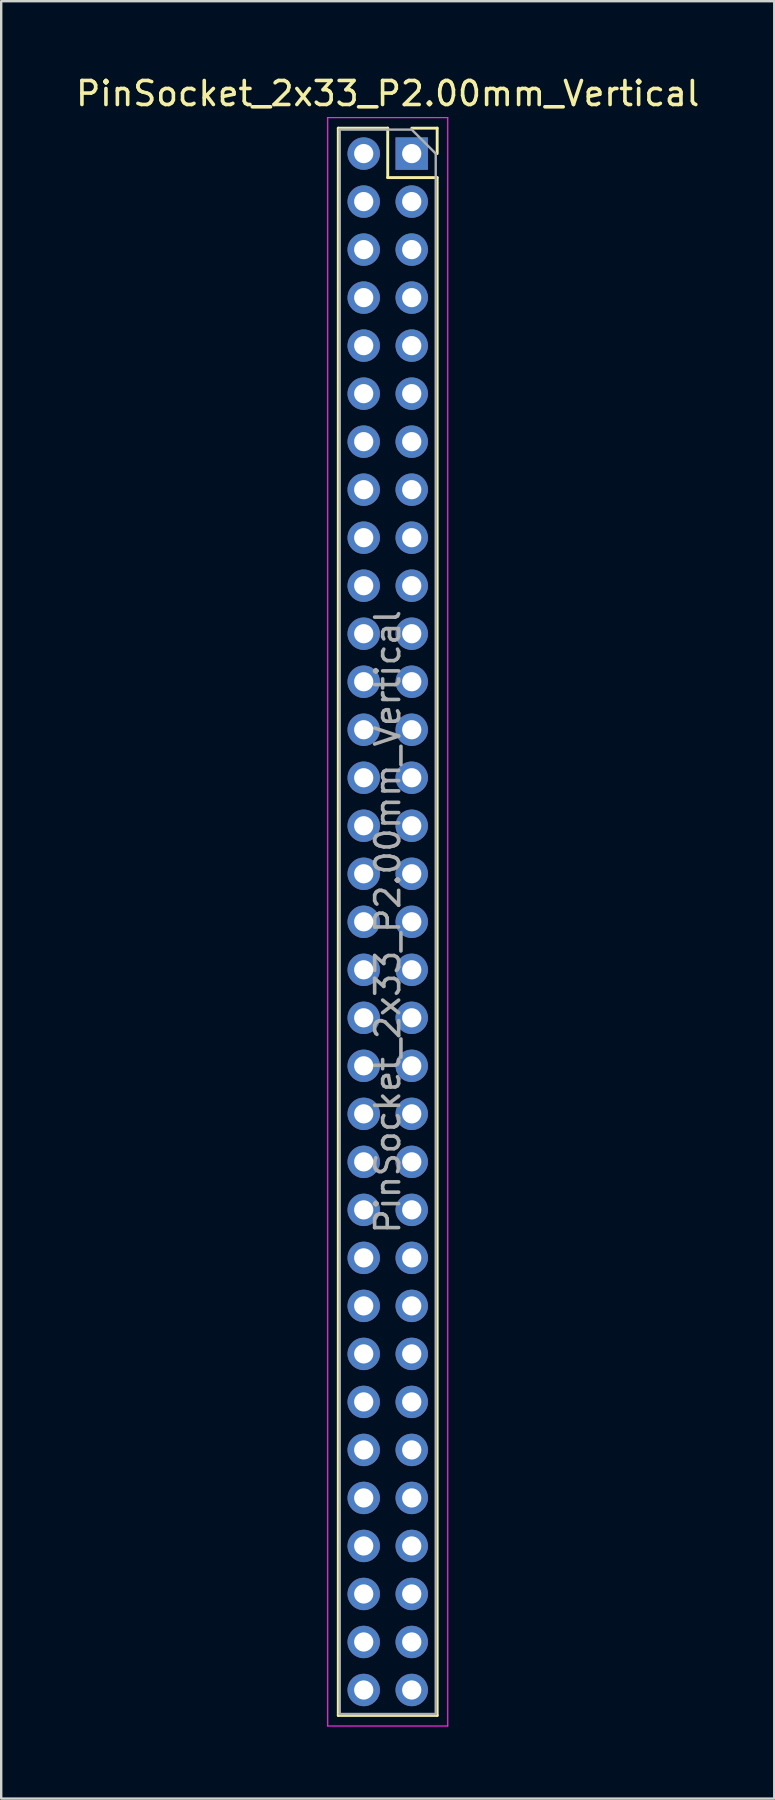
<source format=kicad_pcb>
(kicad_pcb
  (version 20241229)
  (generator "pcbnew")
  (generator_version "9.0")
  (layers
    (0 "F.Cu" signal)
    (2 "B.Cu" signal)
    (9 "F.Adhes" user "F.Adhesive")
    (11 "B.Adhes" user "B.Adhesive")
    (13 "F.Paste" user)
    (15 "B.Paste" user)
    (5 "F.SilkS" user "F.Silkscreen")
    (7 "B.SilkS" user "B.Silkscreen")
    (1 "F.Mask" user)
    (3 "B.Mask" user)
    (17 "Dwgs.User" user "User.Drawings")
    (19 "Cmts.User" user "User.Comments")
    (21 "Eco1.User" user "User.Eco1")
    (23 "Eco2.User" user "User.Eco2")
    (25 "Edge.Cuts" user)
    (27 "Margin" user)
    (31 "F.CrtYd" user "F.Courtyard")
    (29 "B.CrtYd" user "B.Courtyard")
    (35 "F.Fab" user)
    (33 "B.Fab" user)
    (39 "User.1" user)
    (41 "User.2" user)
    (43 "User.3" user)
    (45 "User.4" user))
  (footprint "PinSocket_2x33_P2.00mm_Vertical"
    (layer "F.Cu")
    (at 14.101 3.348)
    (property "Reference" "PinSocket_2x33_P2.00mm_Vertical" (at -1 -2.5 0) (layer "F.SilkS") (effects (font (size 1 1) (thickness 0.15))))
    (attr through_hole)
    (fp_line (start -3.06 -1.06) (end -3.06 65.06) (stroke (width 0.12) (type solid)) (layer "F.SilkS"))
    (fp_line (start -3.06 -1.06) (end -1 -1.06) (stroke (width 0.12) (type solid)) (layer "F.SilkS"))
    (fp_line (start -3.06 65.06) (end 1.06 65.06) (stroke (width 0.12) (type solid)) (layer "F.SilkS"))
    (fp_line (start -1 -1.06) (end -1 1) (stroke (width 0.12) (type solid)) (layer "F.SilkS"))
    (fp_line (start -1 1) (end 1.06 1) (stroke (width 0.12) (type solid)) (layer "F.SilkS"))
    (fp_line (start 0 -1.06) (end 1.06 -1.06) (stroke (width 0.12) (type solid)) (layer "F.SilkS"))
    (fp_line (start 1.06 -1.06) (end 1.06 0) (stroke (width 0.12) (type solid)) (layer "F.SilkS"))
    (fp_line (start 1.06 1) (end 1.06 65.06) (stroke (width 0.12) (type solid)) (layer "F.SilkS"))
    (fp_line (start -3.5 -1.5) (end 1.5 -1.5) (stroke (width 0.05) (type solid)) (layer "F.CrtYd"))
    (fp_line (start -3.5 65.5) (end -3.5 -1.5) (stroke (width 0.05) (type solid)) (layer "F.CrtYd"))
    (fp_line (start 1.5 -1.5) (end 1.5 65.5) (stroke (width 0.05) (type solid)) (layer "F.CrtYd"))
    (fp_line (start 1.5 65.5) (end -3.5 65.5) (stroke (width 0.05) (type solid)) (layer "F.CrtYd"))
    (fp_line (start -3 -1) (end 0 -1) (stroke (width 0.1) (type solid)) (layer "F.Fab"))
    (fp_line (start -3 65) (end -3 -1) (stroke (width 0.1) (type solid)) (layer "F.Fab"))
    (fp_line (start 0 -1) (end 1 0) (stroke (width 0.1) (type solid)) (layer "F.Fab"))
    (fp_line (start 1 0) (end 1 65) (stroke (width 0.1) (type solid)) (layer "F.Fab"))
    (fp_line (start 1 65) (end -3 65) (stroke (width 0.1) (type solid)) (layer "F.Fab"))
    (fp_text user "${REFERENCE}" (at -1 32 90) (layer "F.Fab") (effects (font (size 1 1) (thickness 0.15))))
    (pad "1" thru_hole rect (at 0 0) (size 1.35 1.35) (drill 0.8) (layers "*.Cu" "*.Mask"))
    (pad "2" thru_hole oval (at -2 0) (size 1.35 1.35) (drill 0.8) (layers "*.Cu" "*.Mask"))
    (pad "3" thru_hole oval (at 0 2) (size 1.35 1.35) (drill 0.8) (layers "*.Cu" "*.Mask"))
    (pad "4" thru_hole oval (at -2 2) (size 1.35 1.35) (drill 0.8) (layers "*.Cu" "*.Mask"))
    (pad "5" thru_hole oval (at 0 4) (size 1.35 1.35) (drill 0.8) (layers "*.Cu" "*.Mask"))
    (pad "6" thru_hole oval (at -2 4) (size 1.35 1.35) (drill 0.8) (layers "*.Cu" "*.Mask"))
    (pad "7" thru_hole oval (at 0 6) (size 1.35 1.35) (drill 0.8) (layers "*.Cu" "*.Mask"))
    (pad "8" thru_hole oval (at -2 6) (size 1.35 1.35) (drill 0.8) (layers "*.Cu" "*.Mask"))
    (pad "9" thru_hole oval (at 0 8) (size 1.35 1.35) (drill 0.8) (layers "*.Cu" "*.Mask"))
    (pad "10" thru_hole oval (at -2 8) (size 1.35 1.35) (drill 0.8) (layers "*.Cu" "*.Mask"))
    (pad "11" thru_hole oval (at 0 10) (size 1.35 1.35) (drill 0.8) (layers "*.Cu" "*.Mask"))
    (pad "12" thru_hole oval (at -2 10) (size 1.35 1.35) (drill 0.8) (layers "*.Cu" "*.Mask"))
    (pad "13" thru_hole oval (at 0 12) (size 1.35 1.35) (drill 0.8) (layers "*.Cu" "*.Mask"))
    (pad "14" thru_hole oval (at -2 12) (size 1.35 1.35) (drill 0.8) (layers "*.Cu" "*.Mask"))
    (pad "15" thru_hole oval (at 0 14) (size 1.35 1.35) (drill 0.8) (layers "*.Cu" "*.Mask"))
    (pad "16" thru_hole oval (at -2 14) (size 1.35 1.35) (drill 0.8) (layers "*.Cu" "*.Mask"))
    (pad "17" thru_hole oval (at 0 16) (size 1.35 1.35) (drill 0.8) (layers "*.Cu" "*.Mask"))
    (pad "18" thru_hole oval (at -2 16) (size 1.35 1.35) (drill 0.8) (layers "*.Cu" "*.Mask"))
    (pad "19" thru_hole oval (at 0 18) (size 1.35 1.35) (drill 0.8) (layers "*.Cu" "*.Mask"))
    (pad "20" thru_hole oval (at -2 18) (size 1.35 1.35) (drill 0.8) (layers "*.Cu" "*.Mask"))
    (pad "21" thru_hole oval (at 0 20) (size 1.35 1.35) (drill 0.8) (layers "*.Cu" "*.Mask"))
    (pad "22" thru_hole oval (at -2 20) (size 1.35 1.35) (drill 0.8) (layers "*.Cu" "*.Mask"))
    (pad "23" thru_hole oval (at 0 22) (size 1.35 1.35) (drill 0.8) (layers "*.Cu" "*.Mask"))
    (pad "24" thru_hole oval (at -2 22) (size 1.35 1.35) (drill 0.8) (layers "*.Cu" "*.Mask"))
    (pad "25" thru_hole oval (at 0 24) (size 1.35 1.35) (drill 0.8) (layers "*.Cu" "*.Mask"))
    (pad "26" thru_hole oval (at -2 24) (size 1.35 1.35) (drill 0.8) (layers "*.Cu" "*.Mask"))
    (pad "27" thru_hole oval (at 0 26) (size 1.35 1.35) (drill 0.8) (layers "*.Cu" "*.Mask"))
    (pad "28" thru_hole oval (at -2 26) (size 1.35 1.35) (drill 0.8) (layers "*.Cu" "*.Mask"))
    (pad "29" thru_hole oval (at 0 28) (size 1.35 1.35) (drill 0.8) (layers "*.Cu" "*.Mask"))
    (pad "30" thru_hole oval (at -2 28) (size 1.35 1.35) (drill 0.8) (layers "*.Cu" "*.Mask"))
    (pad "31" thru_hole oval (at 0 30) (size 1.35 1.35) (drill 0.8) (layers "*.Cu" "*.Mask"))
    (pad "32" thru_hole oval (at -2 30) (size 1.35 1.35) (drill 0.8) (layers "*.Cu" "*.Mask"))
    (pad "33" thru_hole oval (at 0 32) (size 1.35 1.35) (drill 0.8) (layers "*.Cu" "*.Mask"))
    (pad "34" thru_hole oval (at -2 32) (size 1.35 1.35) (drill 0.8) (layers "*.Cu" "*.Mask"))
    (pad "35" thru_hole oval (at 0 34) (size 1.35 1.35) (drill 0.8) (layers "*.Cu" "*.Mask"))
    (pad "36" thru_hole oval (at -2 34) (size 1.35 1.35) (drill 0.8) (layers "*.Cu" "*.Mask"))
    (pad "37" thru_hole oval (at 0 36) (size 1.35 1.35) (drill 0.8) (layers "*.Cu" "*.Mask"))
    (pad "38" thru_hole oval (at -2 36) (size 1.35 1.35) (drill 0.8) (layers "*.Cu" "*.Mask"))
    (pad "39" thru_hole oval (at 0 38) (size 1.35 1.35) (drill 0.8) (layers "*.Cu" "*.Mask"))
    (pad "40" thru_hole oval (at -2 38) (size 1.35 1.35) (drill 0.8) (layers "*.Cu" "*.Mask"))
    (pad "41" thru_hole oval (at 0 40) (size 1.35 1.35) (drill 0.8) (layers "*.Cu" "*.Mask"))
    (pad "42" thru_hole oval (at -2 40) (size 1.35 1.35) (drill 0.8) (layers "*.Cu" "*.Mask"))
    (pad "43" thru_hole oval (at 0 42) (size 1.35 1.35) (drill 0.8) (layers "*.Cu" "*.Mask"))
    (pad "44" thru_hole oval (at -2 42) (size 1.35 1.35) (drill 0.8) (layers "*.Cu" "*.Mask"))
    (pad "45" thru_hole oval (at 0 44) (size 1.35 1.35) (drill 0.8) (layers "*.Cu" "*.Mask"))
    (pad "46" thru_hole oval (at -2 44) (size 1.35 1.35) (drill 0.8) (layers "*.Cu" "*.Mask"))
    (pad "47" thru_hole oval (at 0 46) (size 1.35 1.35) (drill 0.8) (layers "*.Cu" "*.Mask"))
    (pad "48" thru_hole oval (at -2 46) (size 1.35 1.35) (drill 0.8) (layers "*.Cu" "*.Mask"))
    (pad "49" thru_hole oval (at 0 48) (size 1.35 1.35) (drill 0.8) (layers "*.Cu" "*.Mask"))
    (pad "50" thru_hole oval (at -2 48) (size 1.35 1.35) (drill 0.8) (layers "*.Cu" "*.Mask"))
    (pad "51" thru_hole oval (at 0 50) (size 1.35 1.35) (drill 0.8) (layers "*.Cu" "*.Mask"))
    (pad "52" thru_hole oval (at -2 50) (size 1.35 1.35) (drill 0.8) (layers "*.Cu" "*.Mask"))
    (pad "53" thru_hole oval (at 0 52) (size 1.35 1.35) (drill 0.8) (layers "*.Cu" "*.Mask"))
    (pad "54" thru_hole oval (at -2 52) (size 1.35 1.35) (drill 0.8) (layers "*.Cu" "*.Mask"))
    (pad "55" thru_hole oval (at 0 54) (size 1.35 1.35) (drill 0.8) (layers "*.Cu" "*.Mask"))
    (pad "56" thru_hole oval (at -2 54) (size 1.35 1.35) (drill 0.8) (layers "*.Cu" "*.Mask"))
    (pad "57" thru_hole oval (at 0 56) (size 1.35 1.35) (drill 0.8) (layers "*.Cu" "*.Mask"))
    (pad "58" thru_hole oval (at -2 56) (size 1.35 1.35) (drill 0.8) (layers "*.Cu" "*.Mask"))
    (pad "59" thru_hole oval (at 0 58) (size 1.35 1.35) (drill 0.8) (layers "*.Cu" "*.Mask"))
    (pad "60" thru_hole oval (at -2 58) (size 1.35 1.35) (drill 0.8) (layers "*.Cu" "*.Mask"))
    (pad "61" thru_hole oval (at 0 60) (size 1.35 1.35) (drill 0.8) (layers "*.Cu" "*.Mask"))
    (pad "62" thru_hole oval (at -2 60) (size 1.35 1.35) (drill 0.8) (layers "*.Cu" "*.Mask"))
    (pad "63" thru_hole oval (at 0 62) (size 1.35 1.35) (drill 0.8) (layers "*.Cu" "*.Mask"))
    (pad "64" thru_hole oval (at -2 62) (size 1.35 1.35) (drill 0.8) (layers "*.Cu" "*.Mask"))
    (pad "65" thru_hole oval (at 0 64) (size 1.35 1.35) (drill 0.8) (layers "*.Cu" "*.Mask"))
    (pad "66" thru_hole oval (at -2 64) (size 1.35 1.35) (drill 0.8) (layers "*.Cu" "*.Mask")))
  (gr_rect
    (start -3 -3)
    (end 29.202 71.873)
    (stroke (width 0.1) (type default))
    (fill no)
    (layer "Edge.Cuts")))
</source>
